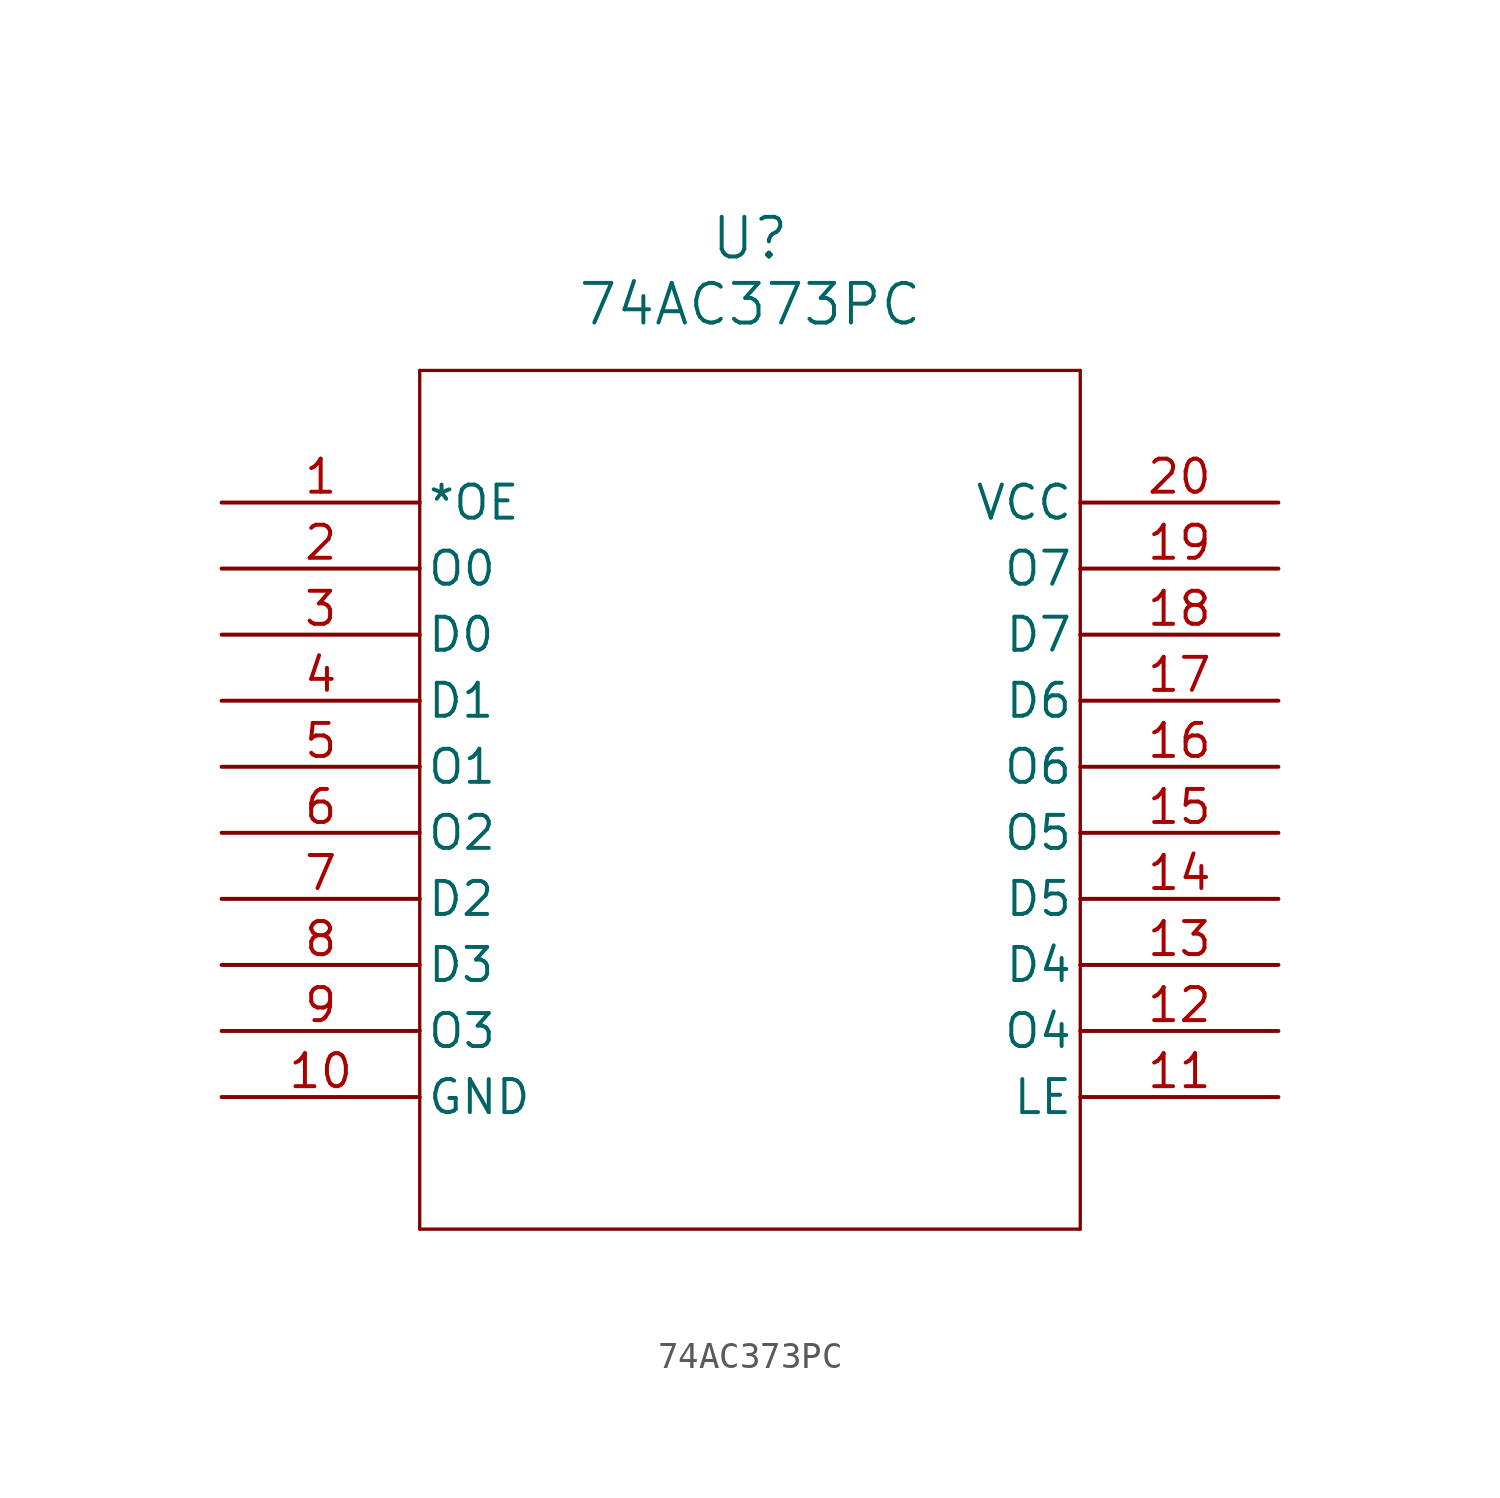
<source format=kicad_sym>
(kicad_symbol_lib
  (version 20211014)
  (generator kicad_symbol_editor)
  (symbol "74AC373PC"
    (pin_names
      (offset 0.254))
    (property "Reference" "U"
      (at 20.32 10.16 0)
      (effects (font (size 1.524 1.524))))
    (property "Value" "74AC373PC"
      (at 20.32 7.62 0)
      (effects (font (size 1.524 1.524))))
    (polyline
      (pts (xy 7.62 5.08) (xy 7.62 -27.94))
      (stroke (width 0.127) (type default) (color 0 0 0 0))
      (fill (type none)))
    (polyline
      (pts (xy 7.62 -27.94) (xy 33.02 -27.94))
      (stroke (width 0.127) (type default) (color 0 0 0 0))
      (fill (type none)))
    (polyline
      (pts (xy 33.02 -27.94) (xy 33.02 5.08))
      (stroke (width 0.127) (type default) (color 0 0 0 0))
      (fill (type none)))
    (polyline
      (pts (xy 33.02 5.08) (xy 7.62 5.08))
      (stroke (width 0.127) (type default) (color 0 0 0 0))
      (fill (type none)))
    (pin output line
      (at 0 0 0)
      (length 7.62)
      (name "*OE" (effects (font (size 1.27 1.27))))
      (number "1" (effects (font (size 1.27 1.27)))))
    (pin output line
      (at 0 -2.54 0)
      (length 7.62)
      (name "O0" (effects (font (size 1.27 1.27))))
      (number "2" (effects (font (size 1.27 1.27)))))
    (pin input line
      (at 0 -5.08 0)
      (length 7.62)
      (name "D0" (effects (font (size 1.27 1.27))))
      (number "3" (effects (font (size 1.27 1.27)))))
    (pin input line
      (at 0 -7.62 0)
      (length 7.62)
      (name "D1" (effects (font (size 1.27 1.27))))
      (number "4" (effects (font (size 1.27 1.27)))))
    (pin output line
      (at 0 -10.16 0)
      (length 7.62)
      (name "O1" (effects (font (size 1.27 1.27))))
      (number "5" (effects (font (size 1.27 1.27)))))
    (pin output line
      (at 0 -12.7 0)
      (length 7.62)
      (name "O2" (effects (font (size 1.27 1.27))))
      (number "6" (effects (font (size 1.27 1.27)))))
    (pin input line
      (at 0 -15.24 0)
      (length 7.62)
      (name "D2" (effects (font (size 1.27 1.27))))
      (number "7" (effects (font (size 1.27 1.27)))))
    (pin input line
      (at 0 -17.78 0)
      (length 7.62)
      (name "D3" (effects (font (size 1.27 1.27))))
      (number "8" (effects (font (size 1.27 1.27)))))
    (pin output line
      (at 0 -20.32 0)
      (length 7.62)
      (name "O3" (effects (font (size 1.27 1.27))))
      (number "9" (effects (font (size 1.27 1.27)))))
    (pin power_out line
      (at 0 -22.86 0)
      (length 7.62)
      (name "GND" (effects (font (size 1.27 1.27))))
      (number "10" (effects (font (size 1.27 1.27)))))
    (pin input line
      (at 40.64 -22.86 180)
      (length 7.62)
      (name "LE" (effects (font (size 1.27 1.27))))
      (number "11" (effects (font (size 1.27 1.27)))))
    (pin output line
      (at 40.64 -20.32 180)
      (length 7.62)
      (name "O4" (effects (font (size 1.27 1.27))))
      (number "12" (effects (font (size 1.27 1.27)))))
    (pin input line
      (at 40.64 -17.78 180)
      (length 7.62)
      (name "D4" (effects (font (size 1.27 1.27))))
      (number "13" (effects (font (size 1.27 1.27)))))
    (pin input line
      (at 40.64 -15.24 180)
      (length 7.62)
      (name "D5" (effects (font (size 1.27 1.27))))
      (number "14" (effects (font (size 1.27 1.27)))))
    (pin output line
      (at 40.64 -12.7 180)
      (length 7.62)
      (name "O5" (effects (font (size 1.27 1.27))))
      (number "15" (effects (font (size 1.27 1.27)))))
    (pin output line
      (at 40.64 -10.16 180)
      (length 7.62)
      (name "O6" (effects (font (size 1.27 1.27))))
      (number "16" (effects (font (size 1.27 1.27)))))
    (pin input line
      (at 40.64 -7.62 180)
      (length 7.62)
      (name "D6" (effects (font (size 1.27 1.27))))
      (number "17" (effects (font (size 1.27 1.27)))))
    (pin input line
      (at 40.64 -5.08 180)
      (length 7.62)
      (name "D7" (effects (font (size 1.27 1.27))))
      (number "18" (effects (font (size 1.27 1.27)))))
    (pin output line
      (at 40.64 -2.54 180)
      (length 7.62)
      (name "O7" (effects (font (size 1.27 1.27))))
      (number "19" (effects (font (size 1.27 1.27)))))
    (pin power_in line
      (at 40.64 0 180)
      (length 7.62)
      (name "VCC" (effects (font (size 1.27 1.27))))
      (number "20" (effects (font (size 1.27 1.27)))))))
</source>
